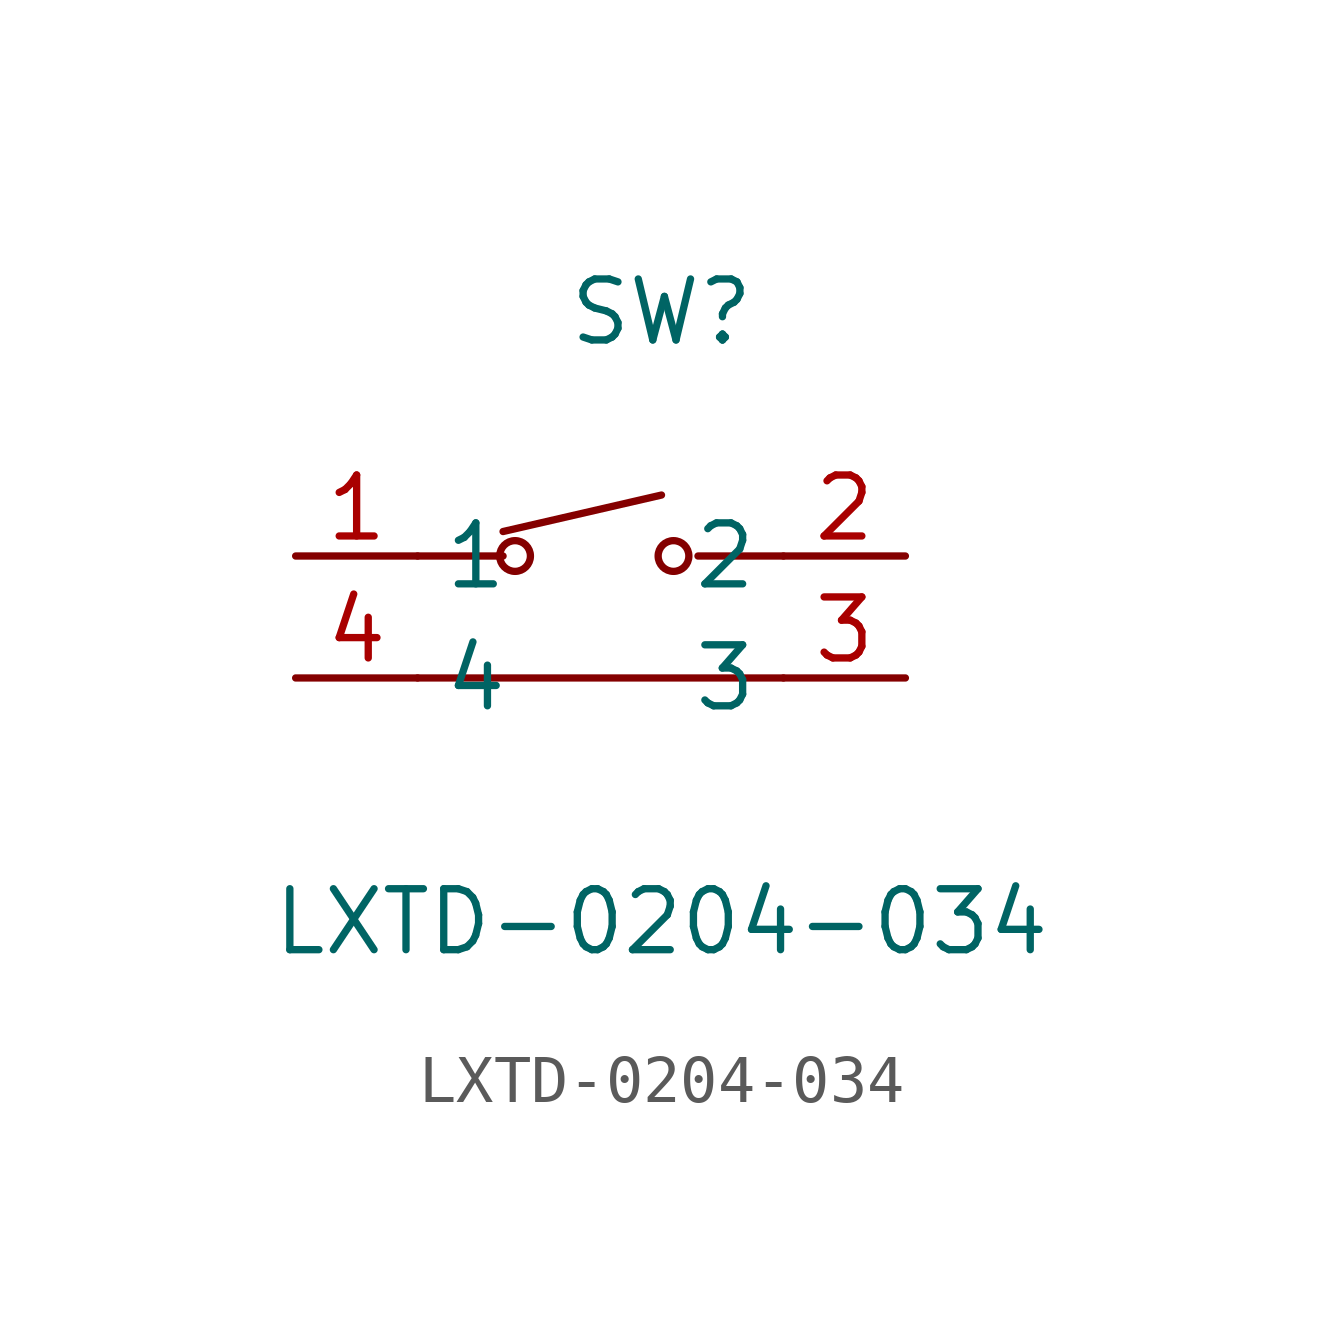
<source format=kicad_sym>
(kicad_symbol_lib
  (version 20211014)
  (generator https://github.com/uPesy/easyeda2kicad.py)
  (symbol "LXTD-0204-034"
    (property "Reference" "SW"
      (at 0 5.08 0)
      (effects (font (size 1.27 1.27))))
    (property "Value" "LXTD-0204-034"
      (at 0 -7.62 0)
      (effects (font (size 1.27 1.27))))
    (symbol "LXTD-0204-034_0_1"
      (circle (center -3.05 -0.00) (radius 0.32) (stroke (width 0) (type default) (color 0 0 0 0)) (fill (type none)))
      (circle (center 0.25 -0.00) (radius 0.32) (stroke (width 0) (type default) (color 0 0 0 0)) (fill (type none)))
      (polyline (pts (xy -3.30 -0.00) (xy -5.08 -0.00)) (stroke (width 0) (type default) (color 0 0 0 0)) (fill (type none)))
      (polyline (pts (xy 0.76 -0.00) (xy 2.54 -0.00)) (stroke (width 0) (type default) (color 0 0 0 0)) (fill (type none)))
      (polyline (pts (xy -3.30 0.51) (xy 0.00 1.27)) (stroke (width 0) (type default) (color 0 0 0 0)) (fill (type none)))
      (polyline (pts (xy -5.08 -2.54) (xy 2.54 -2.54)) (stroke (width 0) (type default) (color 0 0 0 0)) (fill (type none)))
      (pin unspecified line (at -7.62 -0.00 0) (length 2.54) (name "1" (effects (font (size 1.27 1.27)))) (number "1" (effects (font (size 1.27 1.27)))))
      (pin unspecified line (at 5.08 -0.00 180) (length 2.54) (name "2" (effects (font (size 1.27 1.27)))) (number "2" (effects (font (size 1.27 1.27)))))
      (pin unspecified line (at 5.08 -2.54 180) (length 2.54) (name "3" (effects (font (size 1.27 1.27)))) (number "3" (effects (font (size 1.27 1.27)))))
      (pin unspecified line (at -7.62 -2.54 0) (length 2.54) (name "4" (effects (font (size 1.27 1.27)))) (number "4" (effects (font (size 1.27 1.27))))))))
</source>
